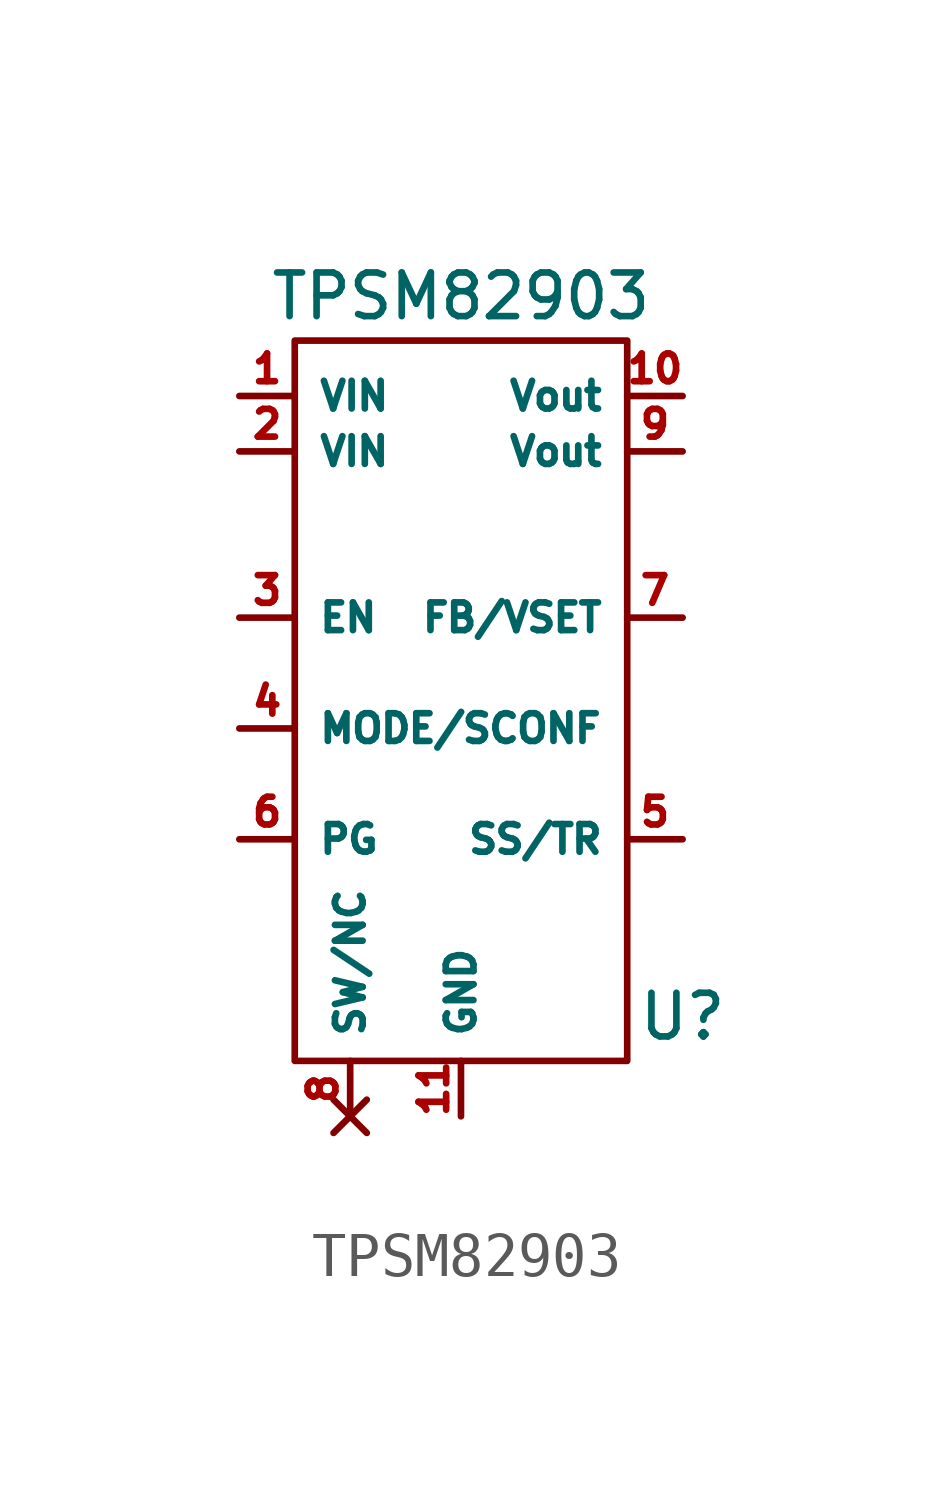
<source format=kicad_sym>
(kicad_symbol_lib
  (version 20241209)
  (generator "kicad_symbol_editor")
  (generator_version "9.0")
  (symbol "TPSM82903"
    (property "Reference" "U"
      (at 5.08 -9.144 0)
      (effects (font (size 1 1))))
    (property "Value" "TPSM82903"
      (at 0 7.366 0)
      (effects (font (size 1 1))))
    (symbol "TPSM82903_0_1"
      (rectangle (start -3.81 6.35) (end 3.81 -10.16) (stroke (width 0) (type default)) (fill (type none))))
    (symbol "TPSM82903_1_1"
      (pin power_in line (at -5.08 5.08 0) (length 1.27) (name "VIN" (effects (font (size 0.635 0.635)))) (number "1" (effects (font (size 0.635 0.635)))))
      (pin power_in line (at -5.08 3.81 0) (length 1.27) (name "VIN" (effects (font (size 0.635 0.635)))) (number "2" (effects (font (size 0.635 0.635)))))
      (pin input line (at -5.08 0 0) (length 1.27) (name "EN" (effects (font (size 0.635 0.635)))) (number "3" (effects (font (size 0.635 0.635)))))
      (pin input line (at -5.08 -2.54 0) (length 1.27) (name "MODE/SCONF" (effects (font (size 0.635 0.635)))) (number "4" (effects (font (size 0.635 0.635)))))
      (pin output line (at -5.08 -5.08 0) (length 1.27) (name "PG" (effects (font (size 0.635 0.635)))) (number "6" (effects (font (size 0.635 0.635)))))
      (pin no_connect line (at -2.54 -11.43 90) (length 1.27) (name "SW/NC" (effects (font (size 0.635 0.635)))) (number "8" (effects (font (size 0.635 0.635)))))
      (pin power_in line (at 0 -11.43 90) (length 1.27) (name "GND" (effects (font (size 0.635 0.635)))) (number "11" (effects (font (size 0.635 0.635)))))
      (pin power_out line (at 5.08 5.08 180) (length 1.27) (name "Vout" (effects (font (size 0.635 0.635)))) (number "10" (effects (font (size 0.635 0.635)))))
      (pin power_out line (at 5.08 3.81 180) (length 1.27) (name "Vout" (effects (font (size 0.635 0.635)))) (number "9" (effects (font (size 0.635 0.635)))))
      (pin input line (at 5.08 0 180) (length 1.27) (name "FB/VSET" (effects (font (size 0.635 0.635)))) (number "7" (effects (font (size 0.635 0.635)))))
      (pin input line (at 5.08 -5.08 180) (length 1.27) (name "SS/TR" (effects (font (size 0.635 0.635)))) (number "5" (effects (font (size 0.635 0.635))))))))
</source>
